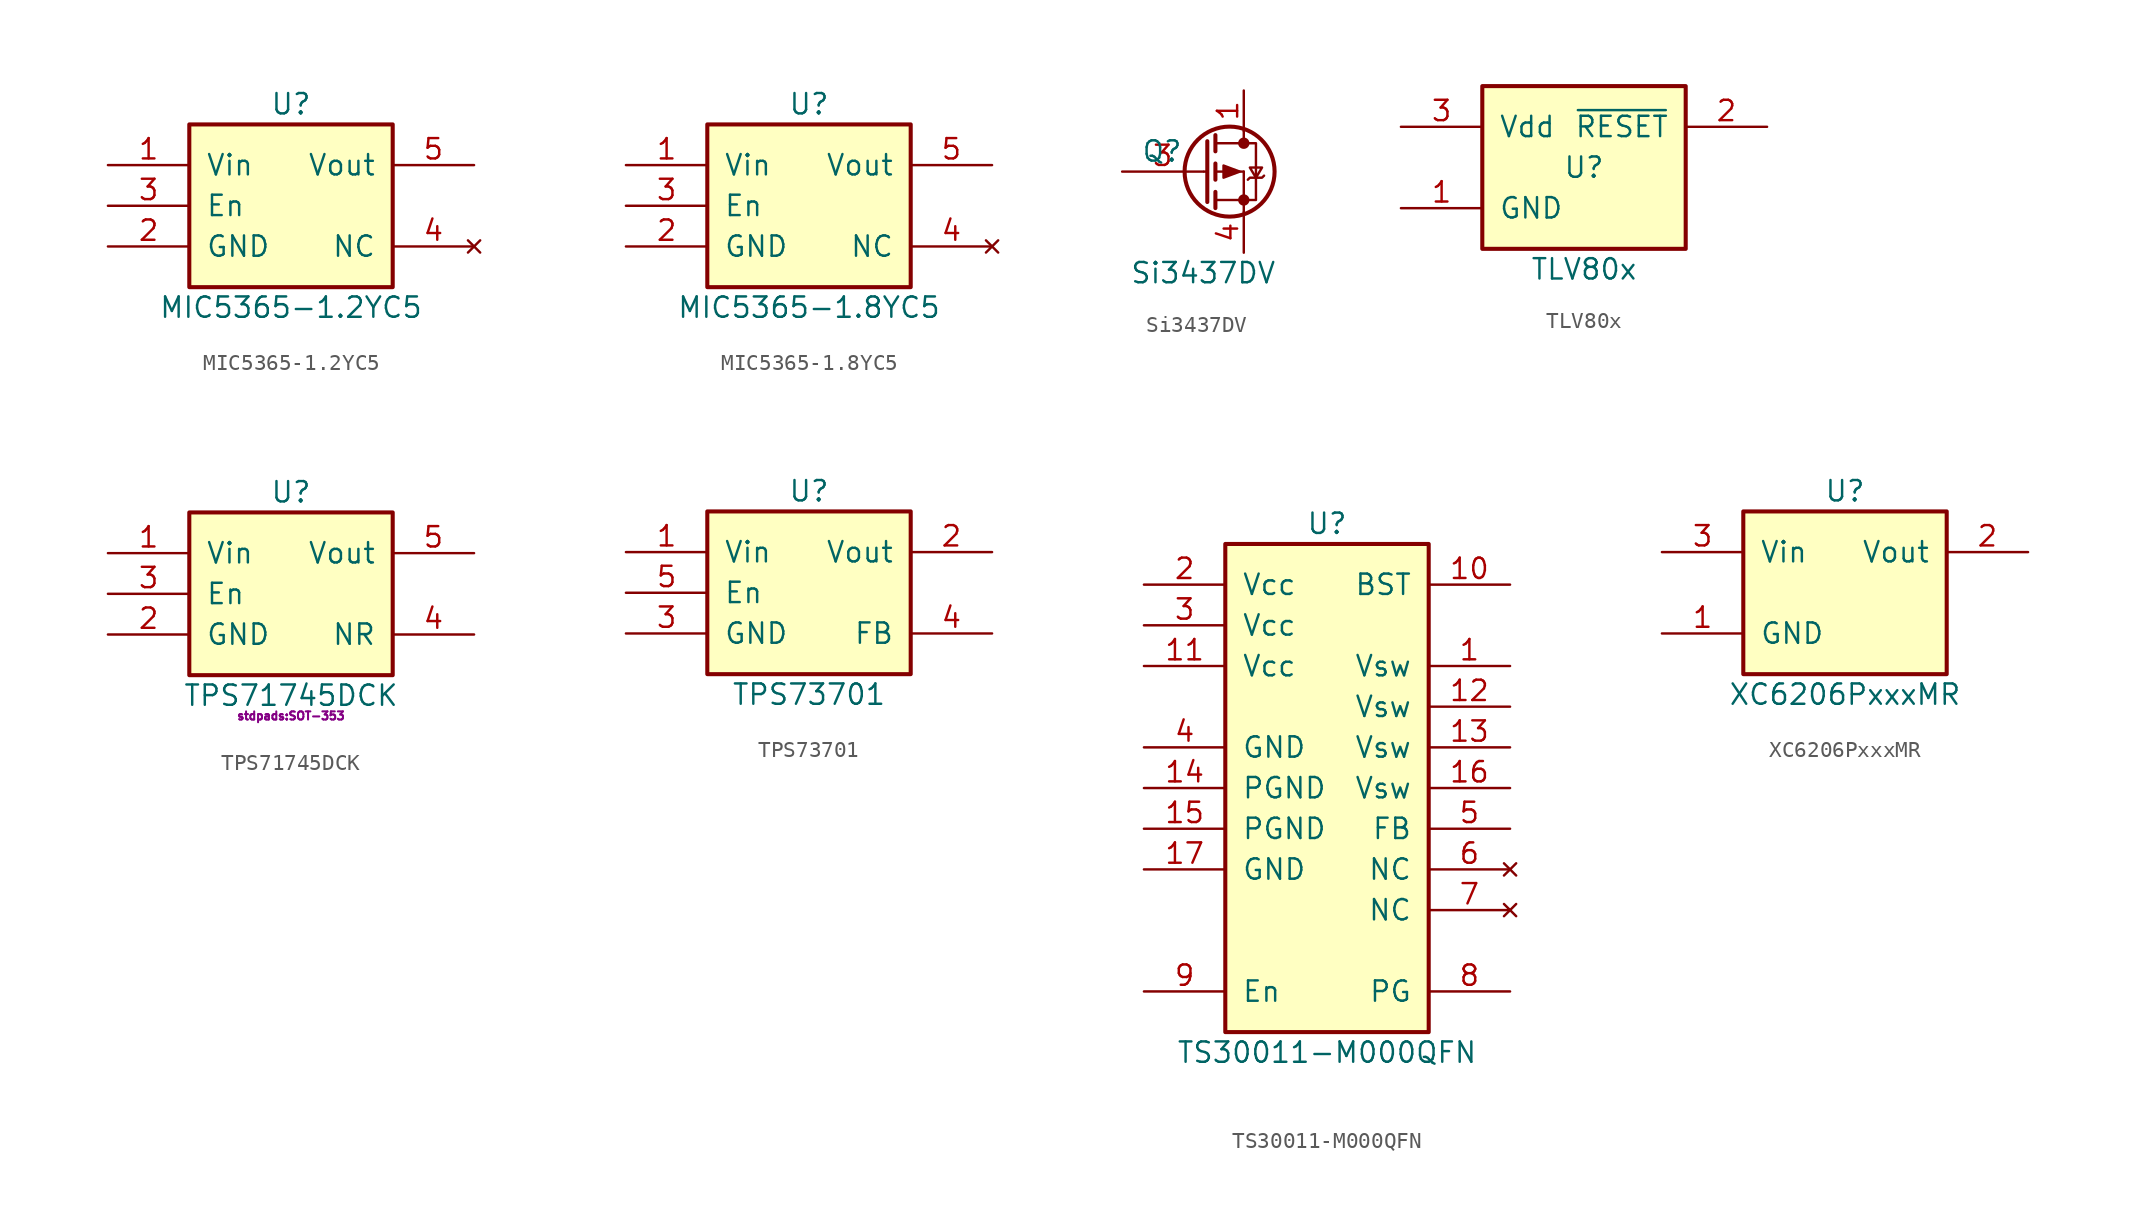
<source format=kicad_sym>
(kicad_symbol_lib
  (version 20231120)
  (generator "kicad_symbol_editor")
  (generator_version "8.0")
  (symbol "MIC5365-1.2YC5"
    (pin_names
      (offset 1.016))
    (property "Reference" "U"
      (at 0 5.08 0)
      (effects (font (size 1.27 1.27))))
    (property "Value" "MIC5365-1.2YC5"
      (at 0 -7.62 0)
      (effects (font (size 1.27 1.27))))
    (symbol "MIC5365-1.2YC5_0_1"
      (rectangle (start -6.35 3.81) (end 6.35 -6.35) (stroke (width 0.254) (type default)) (fill (type background))))
    (symbol "MIC5365-1.2YC5_1_1"
      (pin power_in line (at -11.43 1.27 0) (length 5.08) (name "Vin" (effects (font (size 1.27 1.27)))) (number "1" (effects (font (size 1.27 1.27)))))
      (pin power_in line (at -11.43 -3.81 0) (length 5.08) (name "GND" (effects (font (size 1.27 1.27)))) (number "2" (effects (font (size 1.27 1.27)))))
      (pin input line (at -11.43 -1.27 0) (length 5.08) (name "En" (effects (font (size 1.27 1.27)))) (number "3" (effects (font (size 1.27 1.27)))))
      (pin no_connect line (at 11.43 -3.81 180) (length 5.08) (name "NC" (effects (font (size 1.27 1.27)))) (number "4" (effects (font (size 1.27 1.27)))))
      (pin power_out line (at 11.43 1.27 180) (length 5.08) (name "Vout" (effects (font (size 1.27 1.27)))) (number "5" (effects (font (size 1.27 1.27)))))))
  (symbol "MIC5365-1.8YC5"
    (pin_names
      (offset 1.016))
    (property "Reference" "U"
      (at 0 5.08 0)
      (effects (font (size 1.27 1.27))))
    (property "Value" "MIC5365-1.8YC5"
      (at 0 -7.62 0)
      (effects (font (size 1.27 1.27))))
    (symbol "MIC5365-1.8YC5_0_1"
      (rectangle (start -6.35 3.81) (end 6.35 -6.35) (stroke (width 0.254) (type default)) (fill (type background))))
    (symbol "MIC5365-1.8YC5_1_1"
      (pin power_in line (at -11.43 1.27 0) (length 5.08) (name "Vin" (effects (font (size 1.27 1.27)))) (number "1" (effects (font (size 1.27 1.27)))))
      (pin power_in line (at -11.43 -3.81 0) (length 5.08) (name "GND" (effects (font (size 1.27 1.27)))) (number "2" (effects (font (size 1.27 1.27)))))
      (pin input line (at -11.43 -1.27 0) (length 5.08) (name "En" (effects (font (size 1.27 1.27)))) (number "3" (effects (font (size 1.27 1.27)))))
      (pin no_connect line (at 11.43 -3.81 180) (length 5.08) (name "NC" (effects (font (size 1.27 1.27)))) (number "4" (effects (font (size 1.27 1.27)))))
      (pin power_out line (at 11.43 1.27 180) (length 5.08) (name "Vout" (effects (font (size 1.27 1.27)))) (number "5" (effects (font (size 1.27 1.27)))))))
  (symbol "Si3437DV"
    (pin_names
      (offset 0) hide)
    (property "Reference" "Q"
      (at -1.27 1.27 0)
      (effects (font (size 1.27 1.27)) (justify right)))
    (property "Value" "Si3437DV"
      (at 0 -6.35 0)
      (effects (font (size 1.27 1.27))))
    (symbol "Si3437DV_0_1"
      (polyline (pts (xy 0.051 0) (xy 0.254 0)) (stroke (width 0) (type default)) (fill (type none)))
      (polyline (pts (xy 0.762 -1.778) (xy 2.54 -1.778)) (stroke (width 0) (type default)) (fill (type none)))
      (polyline (pts (xy 0.762 -1.27) (xy 0.762 -2.286)) (stroke (width 0.254) (type default)) (fill (type none)))
      (polyline (pts (xy 0.762 0) (xy 2.54 0)) (stroke (width 0) (type default)) (fill (type none)))
      (polyline (pts (xy 0.762 0.508) (xy 0.762 -0.508)) (stroke (width 0.254) (type default)) (fill (type none)))
      (polyline (pts (xy 0.762 1.778) (xy 2.54 1.778)) (stroke (width 0) (type default)) (fill (type none)))
      (polyline (pts (xy 0.762 2.286) (xy 0.762 1.27)) (stroke (width 0.254) (type default)) (fill (type none)))
      (polyline (pts (xy 2.54 -1.778) (xy 2.54 -2.54)) (stroke (width 0) (type default)) (fill (type none)))
      (polyline (pts (xy 2.54 -1.778) (xy 2.54 0)) (stroke (width 0) (type default)) (fill (type none)))
      (polyline (pts (xy 2.54 2.54) (xy 2.54 1.778)) (stroke (width 0) (type default)) (fill (type none)))
      (polyline (pts (xy 0.254 1.905) (xy 0.254 -1.905) (xy 0.254 -1.905)) (stroke (width 0.254) (type default)) (fill (type none)))
      (polyline (pts (xy 2.286 0) (xy 1.27 -0.381) (xy 1.27 0.381) (xy 2.286 0)) (stroke (width 0) (type default)) (fill (type outline)))
      (polyline (pts (xy 2.54 -1.778) (xy 3.302 -1.778) (xy 3.302 1.778) (xy 2.54 1.778)) (stroke (width 0) (type default)) (fill (type none)))
      (polyline (pts (xy 2.794 -0.508) (xy 2.921 -0.381) (xy 3.683 -0.381) (xy 3.81 -0.254)) (stroke (width 0) (type default)) (fill (type none)))
      (polyline (pts (xy 3.302 -0.381) (xy 2.921 0.254) (xy 3.683 0.254) (xy 3.302 -0.381)) (stroke (width 0) (type default)) (fill (type none)))
      (circle (center 1.651 0) (radius 2.819) (stroke (width 0.254) (type default)) (fill (type none)))
      (circle (center 2.54 -1.778) (radius 0.279) (stroke (width 0) (type default)) (fill (type outline)))
      (circle (center 2.54 1.778) (radius 0.279) (stroke (width 0) (type default)) (fill (type outline))))
    (symbol "Si3437DV_1_1"
      (pin open_collector line (at 2.54 5.08 270) (length 2.54) (name "D" (effects (font (size 1.27 1.27)))) (number "1" (effects (font (size 1.27 1.27)))))
      (pin open_collector line (at 2.54 5.08 270) (length 2.54) hide (name "D" (effects (font (size 1.27 1.27)))) (number "2" (effects (font (size 1.27 1.27)))))
      (pin input line (at -5.08 0 0) (length 5.08) (name "G" (effects (font (size 1.27 1.27)))) (number "3" (effects (font (size 1.27 1.27)))))
      (pin open_emitter line (at 2.54 -5.08 90) (length 2.54) (name "S" (effects (font (size 1.27 1.27)))) (number "4" (effects (font (size 1.27 1.27)))))
      (pin open_collector line (at 2.54 5.08 270) (length 2.54) hide (name "D" (effects (font (size 1.27 1.27)))) (number "5" (effects (font (size 1.27 1.27)))))
      (pin open_collector line (at 2.54 5.08 270) (length 2.54) hide (name "D" (effects (font (size 1.27 1.27)))) (number "6" (effects (font (size 1.27 1.27)))))))
  (symbol "TLV80x"
    (pin_names
      (offset 1.016))
    (property "Reference" "U"
      (at 0 0 0)
      (effects (font (size 1.27 1.27))))
    (property "Value" "TLV80x"
      (at 0 -6.35 0)
      (effects (font (size 1.27 1.27))))
    (symbol "TLV80x_0_1"
      (rectangle (start -6.35 5.08) (end 6.35 -5.08) (stroke (width 0.254) (type default)) (fill (type background))))
    (symbol "TLV80x_1_1"
      (pin power_in line (at -11.43 -2.54 0) (length 5.08) (name "GND" (effects (font (size 1.27 1.27)))) (number "1" (effects (font (size 1.27 1.27)))))
      (pin open_emitter line (at 11.43 2.54 180) (length 5.08) (name "~{RESET}" (effects (font (size 1.27 1.27)))) (number "2" (effects (font (size 1.27 1.27)))))
      (pin power_in line (at -11.43 2.54 0) (length 5.08) (name "Vdd" (effects (font (size 1.27 1.27)))) (number "3" (effects (font (size 1.27 1.27)))))))
  (symbol "TPS71745DCK"
    (pin_names
      (offset 1.016))
    (property "Reference" "U"
      (at 0 6.35 0)
      (effects (font (size 1.27 1.27))))
    (property "Value" "TPS71745DCK"
      (at 0 -6.35 0)
      (effects (font (size 1.27 1.27))))
    (property "Footprint" "stdpads:SOT-353"
      (at 0 -7.62 0)
      (effects (font (size 0.508 0.508))))
    (symbol "TPS71745DCK_0_1"
      (rectangle (start -6.35 5.08) (end 6.35 -5.08) (stroke (width 0.254) (type default)) (fill (type background))))
    (symbol "TPS71745DCK_1_1"
      (pin power_in line (at -11.43 2.54 0) (length 5.08) (name "Vin" (effects (font (size 1.27 1.27)))) (number "1" (effects (font (size 1.27 1.27)))))
      (pin power_in line (at -11.43 -2.54 0) (length 5.08) (name "GND" (effects (font (size 1.27 1.27)))) (number "2" (effects (font (size 1.27 1.27)))))
      (pin input line (at -11.43 0 0) (length 5.08) (name "En" (effects (font (size 1.27 1.27)))) (number "3" (effects (font (size 1.27 1.27)))))
      (pin input line (at 11.43 -2.54 180) (length 5.08) (name "NR" (effects (font (size 1.27 1.27)))) (number "4" (effects (font (size 1.27 1.27)))))
      (pin power_out line (at 11.43 2.54 180) (length 5.08) (name "Vout" (effects (font (size 1.27 1.27)))) (number "5" (effects (font (size 1.27 1.27)))))))
  (symbol "TPS73701"
    (pin_names
      (offset 1.016))
    (property "Reference" "U"
      (at 0 5.08 0)
      (effects (font (size 1.27 1.27))))
    (property "Value" "TPS73701"
      (at 0 -7.62 0)
      (effects (font (size 1.27 1.27))))
    (symbol "TPS73701_0_1"
      (rectangle (start -6.35 3.81) (end 6.35 -6.35) (stroke (width 0.254) (type default)) (fill (type background))))
    (symbol "TPS73701_1_1"
      (pin power_in line (at -11.43 1.27 0) (length 5.08) (name "Vin" (effects (font (size 1.27 1.27)))) (number "1" (effects (font (size 1.27 1.27)))))
      (pin power_out line (at 11.43 1.27 180) (length 5.08) (name "Vout" (effects (font (size 1.27 1.27)))) (number "2" (effects (font (size 1.27 1.27)))))
      (pin power_in line (at -11.43 -3.81 0) (length 5.08) (name "GND" (effects (font (size 1.27 1.27)))) (number "3" (effects (font (size 1.27 1.27)))))
      (pin input line (at 11.43 -3.81 180) (length 5.08) (name "FB" (effects (font (size 1.27 1.27)))) (number "4" (effects (font (size 1.27 1.27)))))
      (pin input line (at -11.43 -1.27 0) (length 5.08) (name "En" (effects (font (size 1.27 1.27)))) (number "5" (effects (font (size 1.27 1.27)))))
      (pin power_in line (at -11.43 -3.81 0) (length 5.08) hide (name "GND" (effects (font (size 1.27 1.27)))) (number "6" (effects (font (size 1.27 1.27)))))))
  (symbol "TS30011-M000QFN"
    (pin_names
      (offset 1.016))
    (property "Reference" "U"
      (at 0 16.51 0)
      (effects (font (size 1.27 1.27))))
    (property "Value" "TS30011-M000QFN"
      (at 0 -16.51 0)
      (effects (font (size 1.27 1.27))))
    (symbol "TS30011-M000QFN_0_1"
      (rectangle (start -6.35 15.24) (end 6.35 -15.24) (stroke (width 0.254) (type default)) (fill (type background))))
    (symbol "TS30011-M000QFN_1_1"
      (pin power_out line (at 11.43 7.62 180) (length 5.08) (name "Vsw" (effects (font (size 1.27 1.27)))) (number "1" (effects (font (size 1.27 1.27)))))
      (pin unspecified line (at 11.43 12.7 180) (length 5.08) (name "BST" (effects (font (size 1.27 1.27)))) (number "10" (effects (font (size 1.27 1.27)))))
      (pin power_in line (at -11.43 7.62 0) (length 5.08) (name "Vcc" (effects (font (size 1.27 1.27)))) (number "11" (effects (font (size 1.27 1.27)))))
      (pin power_out line (at 11.43 5.08 180) (length 5.08) (name "Vsw" (effects (font (size 1.27 1.27)))) (number "12" (effects (font (size 1.27 1.27)))))
      (pin power_out line (at 11.43 2.54 180) (length 5.08) (name "Vsw" (effects (font (size 1.27 1.27)))) (number "13" (effects (font (size 1.27 1.27)))))
      (pin power_in line (at -11.43 0 0) (length 5.08) (name "PGND" (effects (font (size 1.27 1.27)))) (number "14" (effects (font (size 1.27 1.27)))))
      (pin power_in line (at -11.43 -2.54 0) (length 5.08) (name "PGND" (effects (font (size 1.27 1.27)))) (number "15" (effects (font (size 1.27 1.27)))))
      (pin power_in line (at 11.43 0 180) (length 5.08) (name "Vsw" (effects (font (size 1.27 1.27)))) (number "16" (effects (font (size 1.27 1.27)))))
      (pin power_in line (at -11.43 -5.08 0) (length 5.08) (name "GND" (effects (font (size 1.27 1.27)))) (number "17" (effects (font (size 1.27 1.27)))))
      (pin power_in line (at -11.43 12.7 0) (length 5.08) (name "Vcc" (effects (font (size 1.27 1.27)))) (number "2" (effects (font (size 1.27 1.27)))))
      (pin power_in line (at -11.43 10.16 0) (length 5.08) (name "Vcc" (effects (font (size 1.27 1.27)))) (number "3" (effects (font (size 1.27 1.27)))))
      (pin power_in line (at -11.43 2.54 0) (length 5.08) (name "GND" (effects (font (size 1.27 1.27)))) (number "4" (effects (font (size 1.27 1.27)))))
      (pin input line (at 11.43 -2.54 180) (length 5.08) (name "FB" (effects (font (size 1.27 1.27)))) (number "5" (effects (font (size 1.27 1.27)))))
      (pin no_connect line (at 11.43 -5.08 180) (length 5.08) (name "NC" (effects (font (size 1.27 1.27)))) (number "6" (effects (font (size 1.27 1.27)))))
      (pin no_connect line (at 11.43 -7.62 180) (length 5.08) (name "NC" (effects (font (size 1.27 1.27)))) (number "7" (effects (font (size 1.27 1.27)))))
      (pin open_collector line (at 11.43 -12.7 180) (length 5.08) (name "PG" (effects (font (size 1.27 1.27)))) (number "8" (effects (font (size 1.27 1.27)))))
      (pin input line (at -11.43 -12.7 0) (length 5.08) (name "En" (effects (font (size 1.27 1.27)))) (number "9" (effects (font (size 1.27 1.27)))))))
  (symbol "XC6206PxxxMR"
    (pin_names
      (offset 1.016))
    (property "Reference" "U"
      (at 0 6.35 0)
      (effects (font (size 1.27 1.27))))
    (property "Value" "XC6206PxxxMR"
      (at 0 -6.35 0)
      (effects (font (size 1.27 1.27))))
    (symbol "XC6206PxxxMR_0_1"
      (rectangle (start -6.35 5.08) (end 6.35 -5.08) (stroke (width 0.254) (type default)) (fill (type background))))
    (symbol "XC6206PxxxMR_1_1"
      (pin power_in line (at -11.43 -2.54 0) (length 5.08) (name "GND" (effects (font (size 1.27 1.27)))) (number "1" (effects (font (size 1.27 1.27)))))
      (pin power_out line (at 11.43 2.54 180) (length 5.08) (name "Vout" (effects (font (size 1.27 1.27)))) (number "2" (effects (font (size 1.27 1.27)))))
      (pin power_in line (at -11.43 2.54 0) (length 5.08) (name "Vin" (effects (font (size 1.27 1.27)))) (number "3" (effects (font (size 1.27 1.27))))))))
</source>
